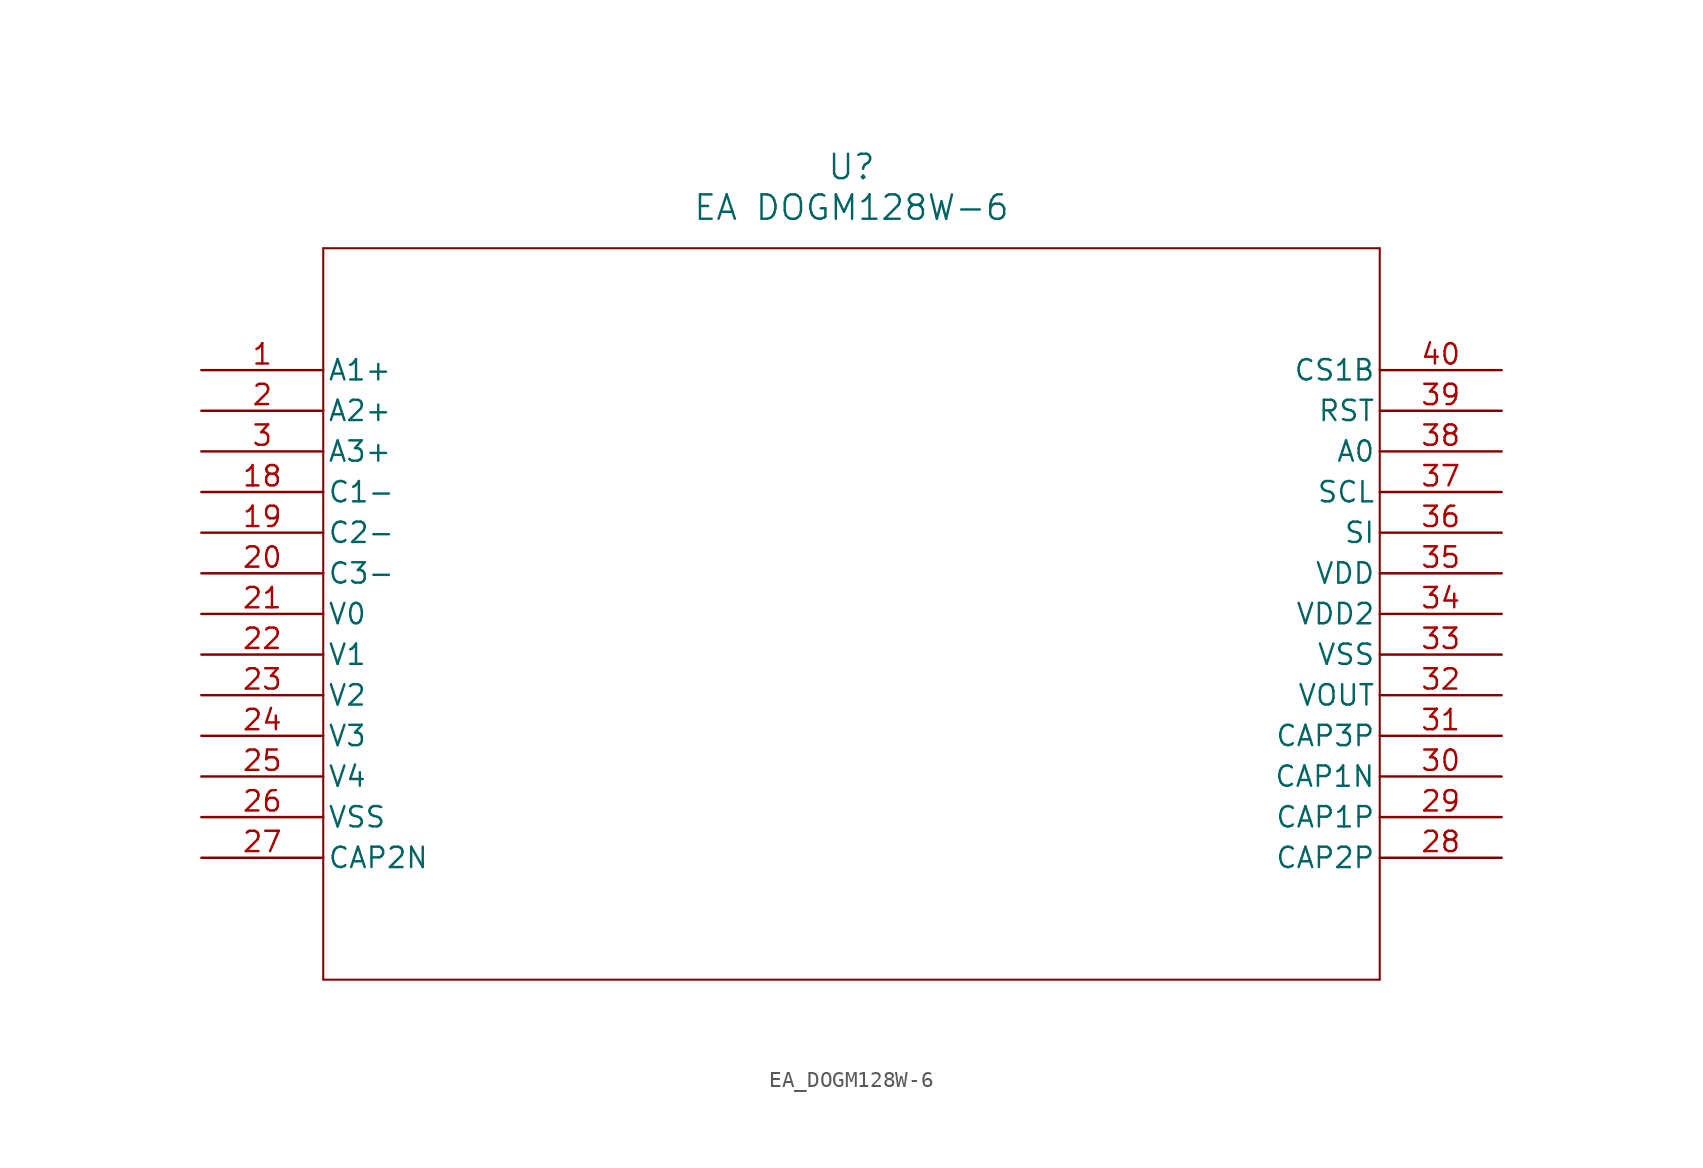
<source format=kicad_sym>
(kicad_symbol_lib
  (version 20241209)
  (generator "kicad_symbol_editor")
  (generator_version "9.0")
  (symbol "EA_DOGM128W-6"
    (pin_names
      (offset 0.254))
    (property "Reference" "U"
      (at 40.64 12.7 0)
      (effects (font (size 1.524 1.524))))
    (property "Value" "EA DOGM128W-6"
      (at 40.64 10.16 0)
      (effects (font (size 1.524 1.524))))
    (property "ki_locked" ""
      (at 0 0 0)
      (effects (font (size 1.27 1.27))))
    (symbol "EA_DOGM128W-6_0_1"
      (polyline (pts (xy 7.62 7.62) (xy 7.62 -38.1)) (stroke (width 0.127) (type default)) (fill (type none)))
      (polyline (pts (xy 7.62 -38.1) (xy 73.66 -38.1)) (stroke (width 0.127) (type default)) (fill (type none)))
      (polyline (pts (xy 73.66 7.62) (xy 7.62 7.62)) (stroke (width 0.127) (type default)) (fill (type none)))
      (polyline (pts (xy 73.66 -38.1) (xy 73.66 7.62)) (stroke (width 0.127) (type default)) (fill (type none)))
      (pin power_in line (at 0 0 0) (length 7.62) (name "A1+" (effects (font (size 1.27 1.27)))) (number "1" (effects (font (size 1.27 1.27)))))
      (pin power_in line (at 0 -2.54 0) (length 7.62) (name "A2+" (effects (font (size 1.27 1.27)))) (number "2" (effects (font (size 1.27 1.27)))))
      (pin power_in line (at 0 -5.08 0) (length 7.62) (name "A3+" (effects (font (size 1.27 1.27)))) (number "3" (effects (font (size 1.27 1.27)))))
      (pin power_out line (at 0 -7.62 0) (length 7.62) (name "C1-" (effects (font (size 1.27 1.27)))) (number "18" (effects (font (size 1.27 1.27)))))
      (pin power_out line (at 0 -10.16 0) (length 7.62) (name "C2-" (effects (font (size 1.27 1.27)))) (number "19" (effects (font (size 1.27 1.27)))))
      (pin power_out line (at 0 -12.7 0) (length 7.62) (name "C3-" (effects (font (size 1.27 1.27)))) (number "20" (effects (font (size 1.27 1.27)))))
      (pin power_in line (at 0 -15.24 0) (length 7.62) (name "V0" (effects (font (size 1.27 1.27)))) (number "21" (effects (font (size 1.27 1.27)))))
      (pin power_in line (at 0 -17.78 0) (length 7.62) (name "V1" (effects (font (size 1.27 1.27)))) (number "22" (effects (font (size 1.27 1.27)))))
      (pin power_in line (at 0 -20.32 0) (length 7.62) (name "V2" (effects (font (size 1.27 1.27)))) (number "23" (effects (font (size 1.27 1.27)))))
      (pin power_in line (at 0 -22.86 0) (length 7.62) (name "V3" (effects (font (size 1.27 1.27)))) (number "24" (effects (font (size 1.27 1.27)))))
      (pin power_in line (at 0 -25.4 0) (length 7.62) (name "V4" (effects (font (size 1.27 1.27)))) (number "25" (effects (font (size 1.27 1.27)))))
      (pin power_out line (at 0 -27.94 0) (length 7.62) (name "VSS" (effects (font (size 1.27 1.27)))) (number "26" (effects (font (size 1.27 1.27)))))
      (pin power_in line (at 0 -30.48 0) (length 7.62) (name "CAP2N" (effects (font (size 1.27 1.27)))) (number "27" (effects (font (size 1.27 1.27)))))
      (pin input line (at 81.28 0 180) (length 7.62) (name "CS1B" (effects (font (size 1.27 1.27)))) (number "40" (effects (font (size 1.27 1.27)))))
      (pin input line (at 81.28 -2.54 180) (length 7.62) (name "RST" (effects (font (size 1.27 1.27)))) (number "39" (effects (font (size 1.27 1.27)))))
      (pin input line (at 81.28 -5.08 180) (length 7.62) (name "A0" (effects (font (size 1.27 1.27)))) (number "38" (effects (font (size 1.27 1.27)))))
      (pin input line (at 81.28 -7.62 180) (length 7.62) (name "SCL" (effects (font (size 1.27 1.27)))) (number "37" (effects (font (size 1.27 1.27)))))
      (pin input line (at 81.28 -10.16 180) (length 7.62) (name "SI" (effects (font (size 1.27 1.27)))) (number "36" (effects (font (size 1.27 1.27)))))
      (pin power_in line (at 81.28 -12.7 180) (length 7.62) (name "VDD" (effects (font (size 1.27 1.27)))) (number "35" (effects (font (size 1.27 1.27)))))
      (pin power_in line (at 81.28 -15.24 180) (length 7.62) (name "VDD2" (effects (font (size 1.27 1.27)))) (number "34" (effects (font (size 1.27 1.27)))))
      (pin power_out line (at 81.28 -17.78 180) (length 7.62) (name "VSS" (effects (font (size 1.27 1.27)))) (number "33" (effects (font (size 1.27 1.27)))))
      (pin output line (at 81.28 -20.32 180) (length 7.62) (name "VOUT" (effects (font (size 1.27 1.27)))) (number "32" (effects (font (size 1.27 1.27)))))
      (pin power_in line (at 81.28 -22.86 180) (length 7.62) (name "CAP3P" (effects (font (size 1.27 1.27)))) (number "31" (effects (font (size 1.27 1.27)))))
      (pin power_in line (at 81.28 -25.4 180) (length 7.62) (name "CAP1N" (effects (font (size 1.27 1.27)))) (number "30" (effects (font (size 1.27 1.27)))))
      (pin power_in line (at 81.28 -27.94 180) (length 7.62) (name "CAP1P" (effects (font (size 1.27 1.27)))) (number "29" (effects (font (size 1.27 1.27)))))
      (pin power_in line (at 81.28 -30.48 180) (length 7.62) (name "CAP2P" (effects (font (size 1.27 1.27)))) (number "28" (effects (font (size 1.27 1.27))))))))
</source>
